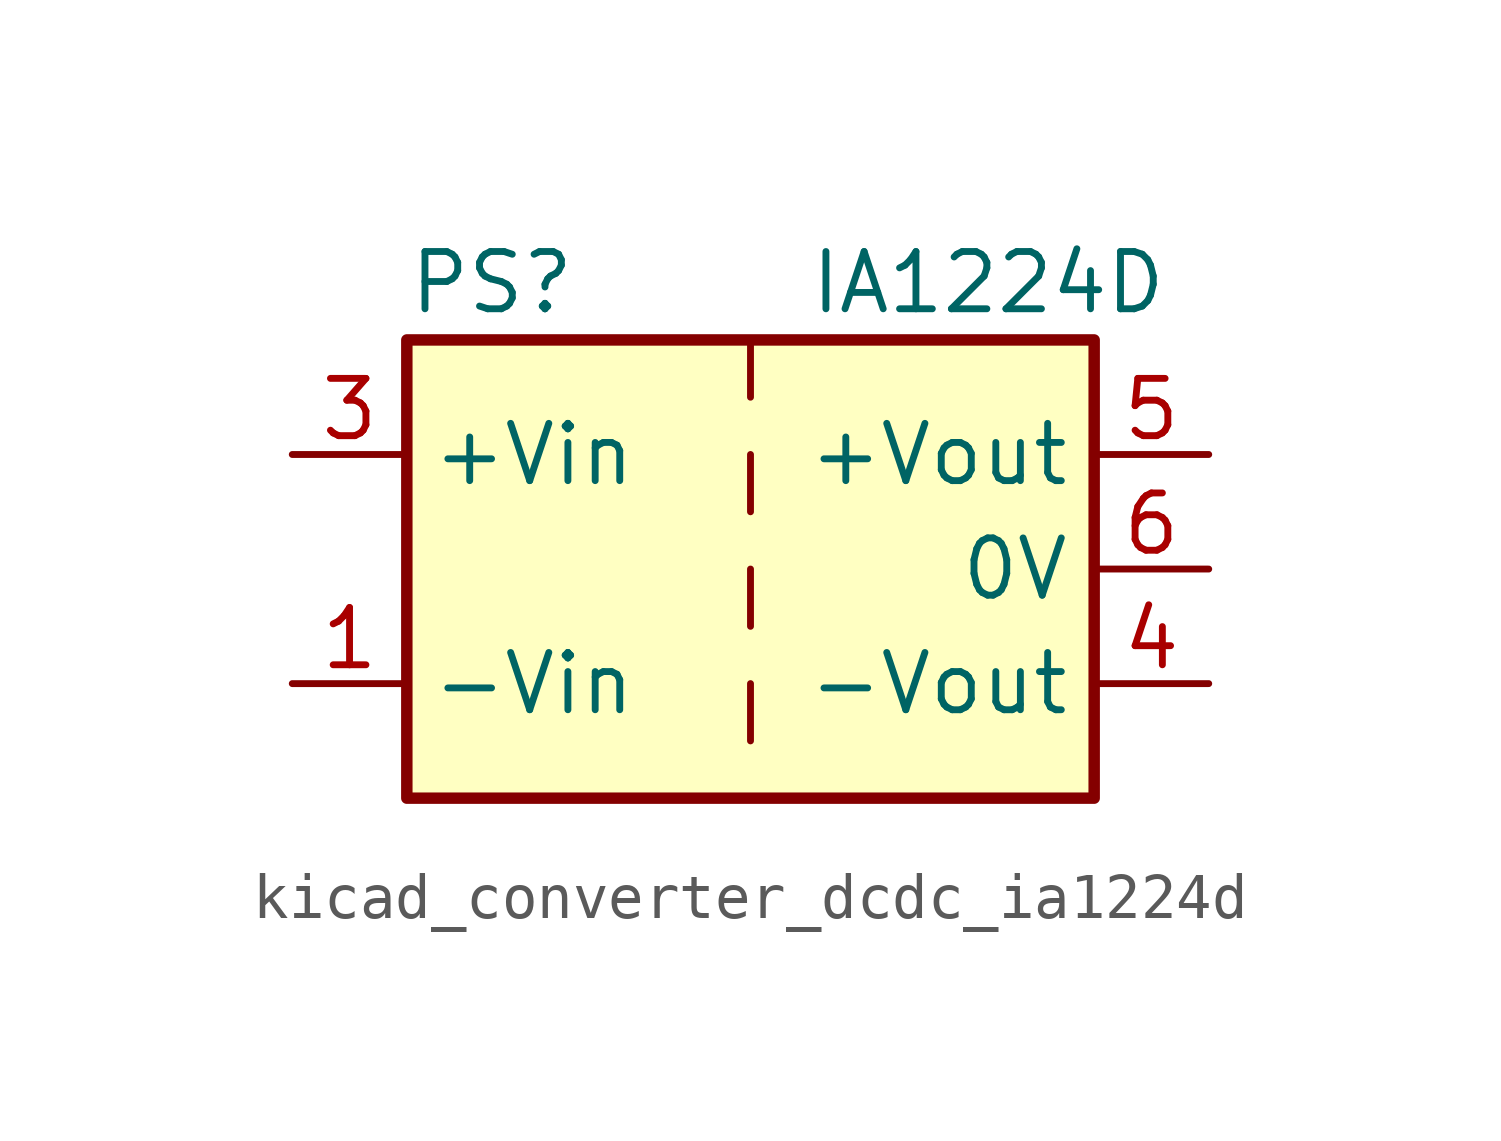
<source format=kicad_sym>
(kicad_symbol_lib
  (version 20220914)
  (generator kicad_symbol_editor)
  (symbol "kicad_converter_dcdc_ia1224d"
    (property "Reference" "PS"
      (at -7.62 6.35 0)
      (effects (font (size 1.27 1.27)) (justify left)))
    (property "Value" "IA1224D"
      (at 1.27 6.35 0)
      (effects (font (size 1.27 1.27)) (justify left)))
    (symbol "kicad_converter_dcdc_ia1224d_0_0"
      (pin power_in line (at -10.16 -2.54 0) (length 2.54) (name "-Vin" (effects (font (size 1.27 1.27)))) (number "1" (effects (font (size 1.27 1.27)))))
      (pin power_in line (at -10.16 2.54 0) (length 2.54) (name "+Vin" (effects (font (size 1.27 1.27)))) (number "3" (effects (font (size 1.27 1.27)))))
      (pin power_out line (at 10.16 -2.54 180) (length 2.54) (name "-Vout" (effects (font (size 1.27 1.27)))) (number "4" (effects (font (size 1.27 1.27)))))
      (pin power_out line (at 10.16 2.54 180) (length 2.54) (name "+Vout" (effects (font (size 1.27 1.27)))) (number "5" (effects (font (size 1.27 1.27)))))
      (pin power_out line (at 10.16 0 180) (length 2.54) (name "0V" (effects (font (size 1.27 1.27)))) (number "6" (effects (font (size 1.27 1.27))))))
    (symbol "kicad_converter_dcdc_ia1224d_0_1"
      (rectangle (start -7.62 5.08) (end 7.62 -5.08) (stroke (width 0.254) (type default)) (fill (type background)))
      (polyline (pts (xy 0 -2.54) (xy 0 -3.81)) (stroke (width 0) (type default)) (fill (type none)))
      (polyline (pts (xy 0 0) (xy 0 -1.27)) (stroke (width 0) (type default)) (fill (type none)))
      (polyline (pts (xy 0 2.54) (xy 0 1.27)) (stroke (width 0) (type default)) (fill (type none)))
      (polyline (pts (xy 0 5.08) (xy 0 3.81)) (stroke (width 0) (type default)) (fill (type none))))
    (symbol "kicad_converter_dcdc_ia1224d_1_1"
      (pin no_connect line (at 0 -5.08 90) (length 2.54) hide (name "NC" (effects (font (size 1.27 1.27)))) (number "2" (effects (font (size 1.27 1.27))))))))
</source>
